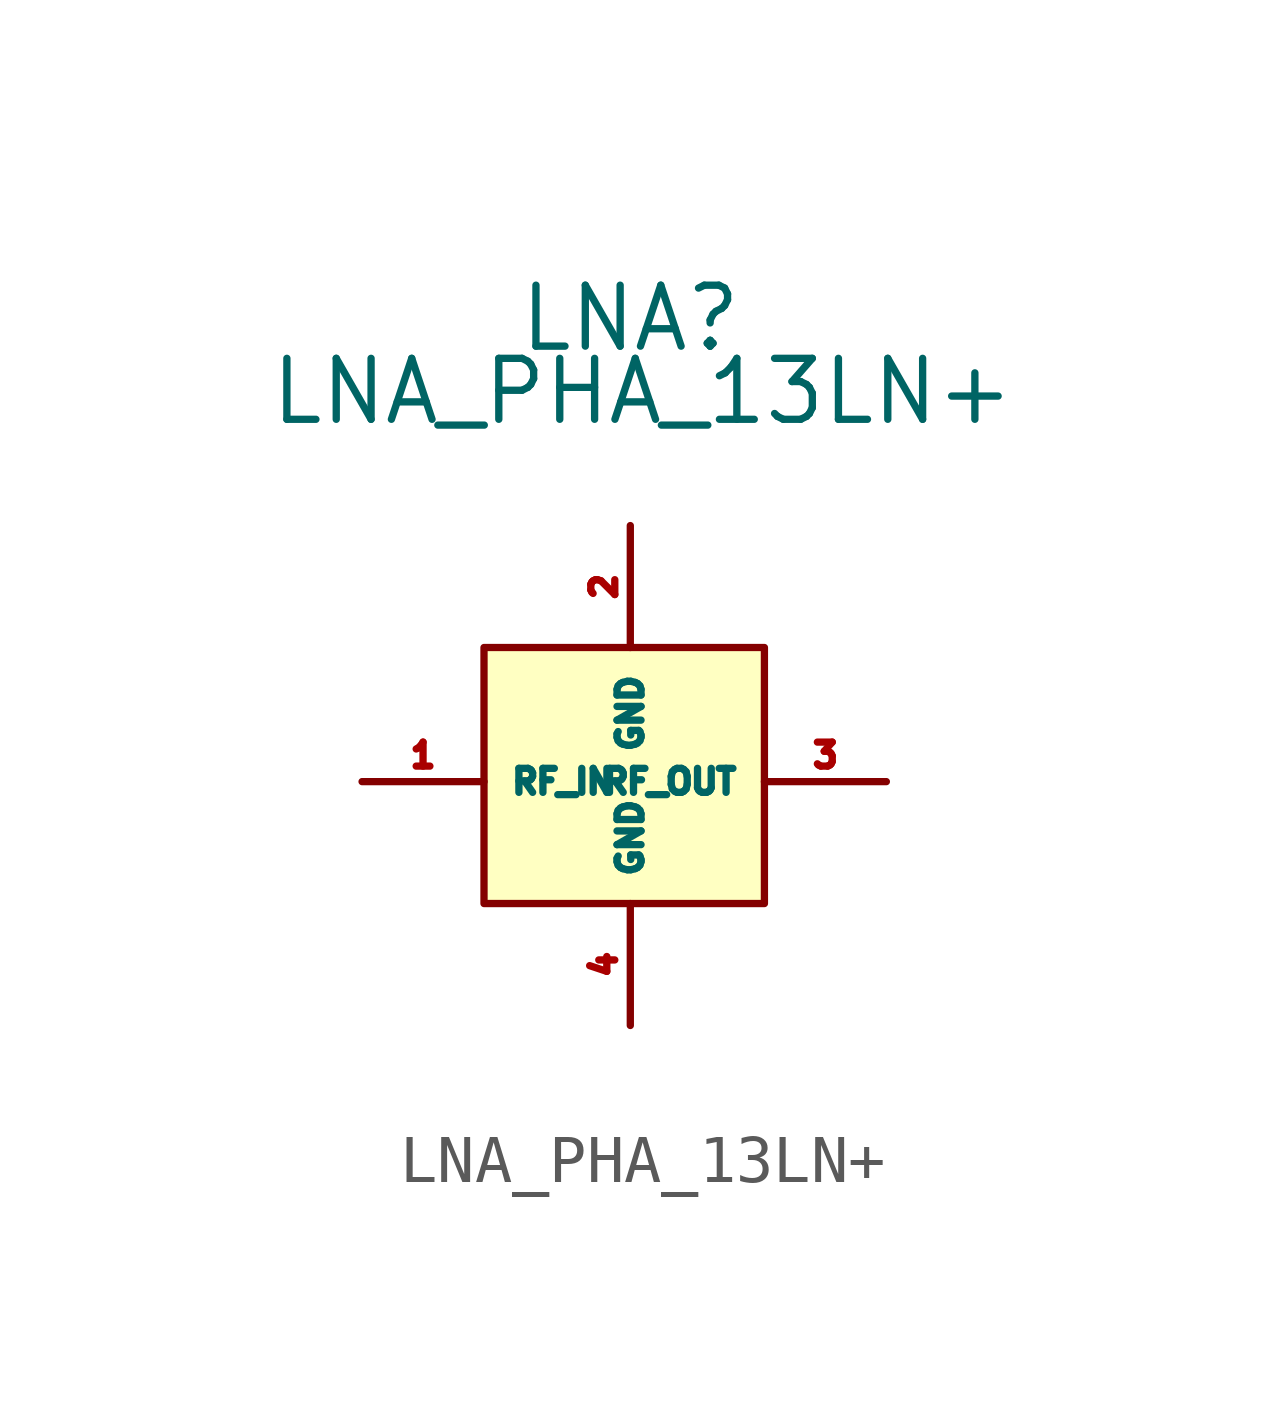
<source format=kicad_sym>
(kicad_symbol_lib
  (version 20211014)
  (generator kicad_symbol_editor)
  (symbol "lna_lib:LNA_PHA_13LN+"
    (property "Reference" "LNA"
      (at 0 2.032 0)
      (effects (font (size 1.27 1.27))))
    (property "Value" "LNA_PHA_13LN+"
      (at 0.254 0.508 0)
      (effects (font (size 1.27 1.27))))
    (symbol "LNA_PHA_13LN+_0_1"
      (rectangle (start -3.048 -4.826) (end 2.794 -10.16) (stroke (width 0.152) (type default) (color 0 0 0 0)) (fill (type background))))
    (symbol "LNA_PHA_13LN+_1_1"
      (pin input line (at -5.588 -7.62 0) (length 2.54) (name "RF_IN" (effects (font (size 0.5 0.5)))) (number "1" (effects (font (size 0.5 0.5)))))
      (pin power_in line (at 0 -2.286 270) (length 2.54) (name "GND" (effects (font (size 0.5 0.5)))) (number "2" (effects (font (size 0.5 0.5)))))
      (pin output line (at 5.334 -7.62 180) (length 2.54) (name "RF_OUT" (effects (font (size 0.5 0.5)))) (number "3" (effects (font (size 0.5 0.5)))))
      (pin power_in line (at 0 -12.7 90) (length 2.54) (name "GND" (effects (font (size 0.5 0.5)))) (number "4" (effects (font (size 0.5 0.5))))))))
</source>
